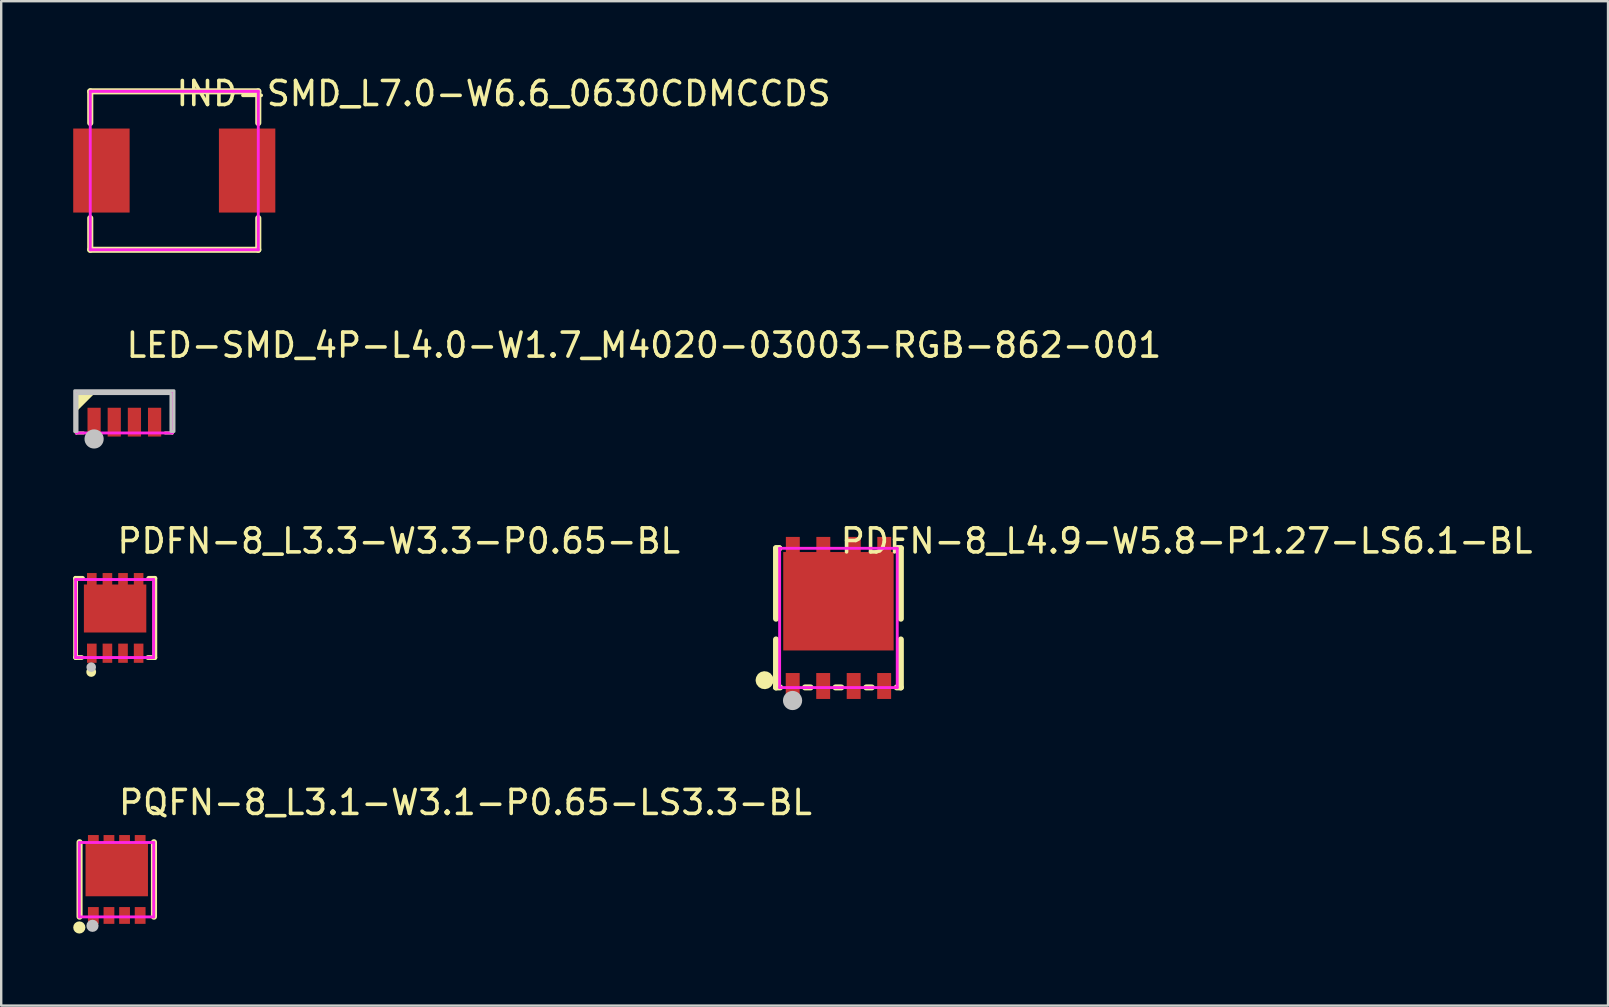
<source format=kicad_pcb>
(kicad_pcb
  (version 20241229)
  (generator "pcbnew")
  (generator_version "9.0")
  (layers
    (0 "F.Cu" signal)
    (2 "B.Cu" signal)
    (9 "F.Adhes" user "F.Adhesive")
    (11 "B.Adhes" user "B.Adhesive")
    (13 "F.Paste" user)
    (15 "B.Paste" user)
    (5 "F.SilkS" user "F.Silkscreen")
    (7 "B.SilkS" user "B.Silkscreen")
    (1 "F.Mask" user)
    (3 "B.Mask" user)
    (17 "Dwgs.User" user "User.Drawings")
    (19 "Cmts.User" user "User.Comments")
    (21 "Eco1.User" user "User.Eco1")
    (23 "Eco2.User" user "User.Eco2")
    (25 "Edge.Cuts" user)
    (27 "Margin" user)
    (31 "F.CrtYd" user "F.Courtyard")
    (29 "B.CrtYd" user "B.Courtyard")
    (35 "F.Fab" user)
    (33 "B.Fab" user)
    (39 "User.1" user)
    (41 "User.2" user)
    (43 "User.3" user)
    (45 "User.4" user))
  (footprint "PDFN-8_L4.9-W5.8-P1.27-LS6.1-BL"
    (layer "F.Cu")
    (at 31.881 22.693)
    (property "Reference" "PDFN-8_L4.9-W5.8-P1.27-LS6.1-BL" (at 0 -3.207 0) (layer "F.SilkS") (effects (font (size 1 1) (thickness 0.15)) (justify left)))
    (attr through_hole)
    (fp_line (start -2.602 -2.905) (end -2.465 -2.905) (stroke (width 0.25) (type solid)) (layer "F.SilkS"))
    (fp_line (start -2.602 0.032) (end -2.602 -2.905) (stroke (width 0.25) (type solid)) (layer "F.SilkS"))
    (fp_line (start -2.602 2.895) (end -2.602 0.897) (stroke (width 0.25) (type solid)) (layer "F.SilkS"))
    (fp_line (start -2.602 2.895) (end -2.432 2.895) (stroke (width 0.25) (type solid)) (layer "F.SilkS"))
    (fp_line (start -2.502 -2.905) (end -2.465 -2.905) (stroke (width 0.25) (type solid)) (layer "F.SilkS"))
    (fp_line (start -1.393 2.895) (end -1.162 2.895) (stroke (width 0.25) (type solid)) (layer "F.SilkS"))
    (fp_line (start -0.123 2.895) (end 0.118 2.895) (stroke (width 0.25) (type solid)) (layer "F.SilkS"))
    (fp_line (start 1.157 2.895) (end 1.388 2.895) (stroke (width 0.25) (type solid)) (layer "F.SilkS"))
    (fp_line (start 2.427 2.895) (end 2.598 2.895) (stroke (width 0.25) (type solid)) (layer "F.SilkS"))
    (fp_line (start 2.46 -2.905) (end 2.498 -2.905) (stroke (width 0.25) (type solid)) (layer "F.SilkS"))
    (fp_line (start 2.461 -2.905) (end 2.598 -2.905) (stroke (width 0.25) (type solid)) (layer "F.SilkS"))
    (fp_line (start 2.598 -2.905) (end 2.598 0.032) (stroke (width 0.25) (type solid)) (layer "F.SilkS"))
    (fp_line (start 2.598 0.897) (end 2.598 2.895) (stroke (width 0.25) (type solid)) (layer "F.SilkS"))
    (fp_arc (start -3.202 2.592) (mid -2.953986 2.594735) (end -3.202015 2.594531) (stroke (width 0.5) (type solid)) (layer "F.SilkS"))
    (fp_poly (pts (xy -2.202 2.29) (xy -1.612 2.29) (xy -1.612 3.38) (xy -2.202 3.38)) (stroke (width 0.12) (type solid)) (fill yes) (layer "F.Paste"))
    (fp_poly (pts (xy -0.932 2.29) (xy -0.342 2.29) (xy -0.342 3.38) (xy -0.932 3.38)) (stroke (width 0.12) (type solid)) (fill yes) (layer "F.Paste"))
    (fp_poly (pts (xy 0.338 2.29) (xy 0.928 2.29) (xy 0.928 3.38) (xy 0.338 3.38)) (stroke (width 0.12) (type solid)) (fill yes) (layer "F.Paste"))
    (fp_poly (pts (xy 1.608 2.29) (xy 2.198 2.29) (xy 2.198 3.38) (xy 1.608 3.38)) (stroke (width 0.12) (type solid)) (fill yes) (layer "F.Paste"))
    (fp_poly (pts (xy -2.192 -3.374) (xy -1.613 -3.374) (xy -1.613 -2.744) (xy -0.923 -2.744) (xy -0.923 -3.374) (xy -0.343 -3.374) (xy -0.343 -2.744) (xy 0.348 -2.744) (xy 0.348 -3.375) (xy 0.928 -3.375) (xy 0.928 -2.745) (xy 1.618 -2.745) (xy 1.618 -3.374) (xy 1.619 -3.375) (xy 2.197 -3.375) (xy 2.197 -2.745) (xy 2.297 -2.745) (xy 2.297 1.355) (xy -2.302 1.355) (xy -2.302 -2.745) (xy -2.193 -2.745)) (stroke (width 0.12) (type solid)) (fill yes) (layer "F.Paste"))
    (fp_circle (center -1.913 3.44) (end -1.713 3.44) (stroke (width 0.4) (type solid)) (fill no) (layer "Dwgs.User"))
    (fp_circle (center -2.453 3.06) (end -2.423 3.06) (stroke (width 0.06) (type solid)) (fill no) (layer "Eco2.User"))
    (fp_poly (pts (xy -2.177 -2.361) (xy 2.173 -2.361) (xy 2.173 1.305) (xy -2.177 1.305)) (stroke (width 0.12) (type solid)) (fill no) (layer "Eco2.User"))
    (fp_poly (pts (xy -2.102 -3.035) (xy -1.702 -3.035) (xy -1.702 -2.355) (xy -2.102 -2.355)) (stroke (width 0.12) (type solid)) (fill no) (layer "Eco2.User"))
    (fp_poly (pts (xy -1.707 3.06) (xy -2.107 3.06) (xy -2.107 2.51) (xy -1.707 2.51)) (stroke (width 0.12) (type solid)) (fill no) (layer "Eco2.User"))
    (fp_poly (pts (xy -0.832 -3.035) (xy -0.432 -3.035) (xy -0.432 -2.355) (xy -0.832 -2.355)) (stroke (width 0.12) (type solid)) (fill no) (layer "Eco2.User"))
    (fp_poly (pts (xy -0.437 3.06) (xy -0.837 3.06) (xy -0.837 2.51) (xy -0.437 2.51)) (stroke (width 0.12) (type solid)) (fill no) (layer "Eco2.User"))
    (fp_poly (pts (xy 0.438 -3.035) (xy 0.838 -3.035) (xy 0.838 -2.355) (xy 0.438 -2.355)) (stroke (width 0.12) (type solid)) (fill no) (layer "Eco2.User"))
    (fp_poly (pts (xy 0.833 3.06) (xy 0.433 3.06) (xy 0.433 2.51) (xy 0.833 2.51)) (stroke (width 0.12) (type solid)) (fill no) (layer "Eco2.User"))
    (fp_poly (pts (xy 1.707 -3.035) (xy 2.107 -3.035) (xy 2.107 -2.355) (xy 1.707 -2.355)) (stroke (width 0.12) (type solid)) (fill no) (layer "Eco2.User"))
    (fp_poly (pts (xy 2.103 3.06) (xy 1.703 3.06) (xy 1.703 2.51) (xy 2.103 2.51)) (stroke (width 0.12) (type solid)) (fill no) (layer "Eco2.User"))
    (fp_line (start -2.452 -2.9) (end 2.448 -2.9) (stroke (width 0.12) (type solid)) (layer "F.CrtYd"))
    (fp_line (start -2.452 2.9) (end -2.452 -2.9) (stroke (width 0.12) (type solid)) (layer "F.CrtYd"))
    (fp_line (start 2.448 -2.9) (end 2.448 2.9) (stroke (width 0.12) (type solid)) (layer "F.CrtYd"))
    (fp_line (start 2.448 2.9) (end -2.452 2.9) (stroke (width 0.12) (type solid)) (layer "F.CrtYd"))
    (pad "1" smd rect (at -1.907 2.835 180) (size 0.58 1.08) (layers "F.Cu" "F.Mask" "F.Paste"))
    (pad "2" smd rect (at -0.637 2.835 180) (size 0.58 1.08) (layers "F.Cu" "F.Mask" "F.Paste"))
    (pad "3" smd rect (at 0.633 2.835 180) (size 0.58 1.08) (layers "F.Cu" "F.Mask" "F.Paste"))
    (pad "4" smd rect (at 1.903 2.835 180) (size 0.58 1.08) (layers "F.Cu" "F.Mask" "F.Paste"))
    (pad "5" smd rect (at 1.907 -2.835) (size 0.58 1.08) (layers "F.Cu" "F.Mask" "F.Paste"))
    (pad "6" smd rect (at 0.638 -2.835) (size 0.58 1.08) (layers "F.Cu" "F.Mask" "F.Paste"))
    (pad "7" smd rect (at -0.632 -2.835) (size 0.58 1.08) (layers "F.Cu" "F.Mask" "F.Paste"))
    (pad "8" smd rect (at -1.902 -2.835) (size 0.58 1.08) (layers "F.Cu" "F.Mask" "F.Paste"))
    (pad "9" smd rect (at -0.002 -0.695) (size 4.6 4.1) (layers "F.Cu" "F.Mask" "F.Paste")))
  (footprint "IND-SMD_L7.0-W6.6_0630CDMCCDS"
    (layer "F.Cu")
    (at 4.21 4.055)
    (property "Reference" "IND-SMD_L7.0-W6.6_0630CDMCCDS" (at 0 -3.207 0) (layer "F.SilkS") (effects (font (size 1 1) (thickness 0.15)) (justify left)))
    (attr through_hole)
    (fp_line (start -3.5 -3.3) (end -3.5 -1.981) (stroke (width 0.254) (type solid)) (layer "F.SilkS"))
    (fp_line (start -3.5 -3.3) (end 3.5 -3.3) (stroke (width 0.254) (type solid)) (layer "F.SilkS"))
    (fp_line (start -3.5 1.981) (end -3.5 3.3) (stroke (width 0.254) (type solid)) (layer "F.SilkS"))
    (fp_line (start -3.5 3.3) (end 3.5 3.3) (stroke (width 0.254) (type solid)) (layer "F.SilkS"))
    (fp_line (start 3.5 -1.981) (end 3.5 -3.3) (stroke (width 0.254) (type solid)) (layer "F.SilkS"))
    (fp_line (start 3.5 3.3) (end 3.5 1.981) (stroke (width 0.254) (type solid)) (layer "F.SilkS"))
    (fp_circle (center -3.5 -3.27) (end -3.47 -3.27) (stroke (width 0.06) (type solid)) (fill no) (layer "Eco2.User"))
    (fp_poly (pts (xy -3.5 -1.5) (xy -1.9 -1.5) (xy -1.9 1.5) (xy -3.5 1.5)) (stroke (width 0.12) (type solid)) (fill no) (layer "Eco2.User"))
    (fp_poly (pts (xy 1.9 -1.5) (xy 3.5 -1.5) (xy 3.5 1.5) (xy 1.9 1.5)) (stroke (width 0.12) (type solid)) (fill no) (layer "Eco2.User"))
    (fp_line (start -3.5 -3.3) (end 3.5 -3.3) (stroke (width 0.12) (type solid)) (layer "F.CrtYd"))
    (fp_line (start -3.5 3.3) (end -3.5 -3.3) (stroke (width 0.12) (type solid)) (layer "F.CrtYd"))
    (fp_line (start 3.5 -3.3) (end 3.5 3.3) (stroke (width 0.12) (type solid)) (layer "F.CrtYd"))
    (fp_line (start 3.5 3.3) (end -3.5 3.3) (stroke (width 0.12) (type solid)) (layer "F.CrtYd"))
    (pad "1" smd rect (at -3.035 0) (size 2.35 3.5) (layers "F.Cu" "F.Mask" "F.Paste"))
    (pad "2" smd rect (at 3.035 0) (size 2.35 3.5) (layers "F.Cu" "F.Mask" "F.Paste")))
  (footprint "PQFN-8_L3.1-W3.1-P0.65-LS3.3-BL"
    (layer "F.Cu")
    (at 1.814 33.588)
    (property "Reference" "PQFN-8_L3.1-W3.1-P0.65-LS3.3-BL" (at 0 -3.207 0) (layer "F.SilkS") (effects (font (size 1 1) (thickness 0.15)) (justify left)))
    (attr through_hole)
    (fp_line (start -1.55 1.55) (end -1.55 -1.55) (stroke (width 0.254) (type solid)) (layer "F.SilkS"))
    (fp_line (start 1.55 -1.55) (end 1.55 1.55) (stroke (width 0.254) (type solid)) (layer "F.SilkS"))
    (fp_circle (center -1.56 2) (end -1.433 2) (stroke (width 0.254) (type solid)) (fill no) (layer "F.SilkS"))
    (fp_poly (pts (xy -1.2 1.15) (xy -1.2 1.85) (xy -0.75 1.85) (xy -0.75 1.15)) (stroke (width 0.12) (type solid)) (fill yes) (layer "F.Paste"))
    (fp_poly (pts (xy -0.1 1.85) (xy -0.1 1.15) (xy -0.55 1.15) (xy -0.55 1.85)) (stroke (width 0.12) (type solid)) (fill yes) (layer "F.Paste"))
    (fp_poly (pts (xy 0.55 1.85) (xy 0.55 1.15) (xy 0.1 1.15) (xy 0.1 1.85)) (stroke (width 0.12) (type solid)) (fill yes) (layer "F.Paste"))
    (fp_poly (pts (xy 1.2 1.85) (xy 1.2 1.15) (xy 0.75 1.15) (xy 0.75 1.85)) (stroke (width 0.12) (type solid)) (fill yes) (layer "F.Paste"))
    (fp_poly (pts (xy 0.75 -1.85) (xy 0.75 -1.5) (xy 0.55 -1.5) (xy 0.55 -1.85) (xy 0.1 -1.85) (xy 0.1 -1.5) (xy -0.1 -1.5) (xy -0.1 -1.85) (xy -0.55 -1.85) (xy -0.55 -1.5) (xy -0.75 -1.5) (xy -0.75 -1.85) (xy -1.2 -1.85) (xy -1.2 -1.5) (xy -1.3 -1.5) (xy -1.3 0.7) (xy 1.3 0.7) (xy 1.3 -1.5) (xy 1.2 -1.5) (xy 1.2 -1.85)) (stroke (width 0.12) (type solid)) (fill yes) (layer "F.Paste"))
    (fp_circle (center -1.011 1.931) (end -0.884 1.931) (stroke (width 0.254) (type solid)) (fill no) (layer "Dwgs.User"))
    (fp_circle (center -1.56 1.625) (end -1.53 1.625) (stroke (width 0.06) (type solid)) (fill no) (layer "Eco2.User"))
    (fp_poly (pts (xy -1.3 0.7) (xy -1.3 -1.5) (xy 1.3 -1.5) (xy 1.3 0.7)) (stroke (width 0.12) (type solid)) (fill no) (layer "Eco2.User"))
    (fp_poly (pts (xy -1.15 -1.375) (xy -1.15 -1.625) (xy -0.83 -1.625) (xy -0.83 -1.375)) (stroke (width 0.12) (type solid)) (fill no) (layer "Eco2.User"))
    (fp_poly (pts (xy -1.135 1.625) (xy -1.135 1.375) (xy -0.815 1.375) (xy -0.815 1.625)) (stroke (width 0.12) (type solid)) (fill no) (layer "Eco2.User"))
    (fp_poly (pts (xy -0.49 -1.375) (xy -0.49 -1.625) (xy -0.17 -1.625) (xy -0.17 -1.375)) (stroke (width 0.12) (type solid)) (fill no) (layer "Eco2.User"))
    (fp_poly (pts (xy -0.485 1.625) (xy -0.485 1.375) (xy -0.165 1.375) (xy -0.165 1.625)) (stroke (width 0.12) (type solid)) (fill no) (layer "Eco2.User"))
    (fp_poly (pts (xy 0.165 1.625) (xy 0.165 1.375) (xy 0.485 1.375) (xy 0.485 1.625)) (stroke (width 0.12) (type solid)) (fill no) (layer "Eco2.User"))
    (fp_poly (pts (xy 0.17 -1.375) (xy 0.17 -1.625) (xy 0.49 -1.625) (xy 0.49 -1.375)) (stroke (width 0.12) (type solid)) (fill no) (layer "Eco2.User"))
    (fp_poly (pts (xy 0.816 1.625) (xy 0.816 1.375) (xy 1.136 1.375) (xy 1.136 1.625)) (stroke (width 0.12) (type solid)) (fill no) (layer "Eco2.User"))
    (fp_poly (pts (xy 0.83 -1.375) (xy 0.83 -1.625) (xy 1.15 -1.625) (xy 1.15 -1.375)) (stroke (width 0.12) (type solid)) (fill no) (layer "Eco2.User"))
    (fp_line (start -1.56 -1.54) (end 1.54 -1.54) (stroke (width 0.12) (type solid)) (layer "F.CrtYd"))
    (fp_line (start -1.56 1.56) (end -1.56 -1.54) (stroke (width 0.12) (type solid)) (layer "F.CrtYd"))
    (fp_line (start 1.54 -1.54) (end 1.54 1.56) (stroke (width 0.12) (type solid)) (layer "F.CrtYd"))
    (fp_line (start 1.54 1.56) (end -1.56 1.56) (stroke (width 0.12) (type solid)) (layer "F.CrtYd"))
    (pad "1" smd rect (at -0.975 1.5) (size 0.45 0.7) (layers "F.Cu" "F.Mask" "F.Paste"))
    (pad "2" smd rect (at -0.325 1.5) (size 0.45 0.7) (layers "F.Cu" "F.Mask" "F.Paste"))
    (pad "3" smd rect (at 0.325 1.5) (size 0.45 0.7) (layers "F.Cu" "F.Mask" "F.Paste"))
    (pad "4" smd rect (at 0.975 1.5) (size 0.45 0.7) (layers "F.Cu" "F.Mask" "F.Paste"))
    (pad "5" smd rect (at 0.975 -1.5) (size 0.45 0.7) (layers "F.Cu" "F.Mask" "F.Paste"))
    (pad "6" smd rect (at 0.325 -1.5) (size 0.45 0.7) (layers "F.Cu" "F.Mask" "F.Paste"))
    (pad "7" smd rect (at -0.325 -1.5) (size 0.45 0.7) (layers "F.Cu" "F.Mask" "F.Paste"))
    (pad "8" smd rect (at -0.975 -1.5) (size 0.45 0.7) (layers "F.Cu" "F.Mask" "F.Paste"))
    (pad "8" smd rect (at 0 -0.4 90) (size 2.2 2.6) (layers "F.Cu" "F.Mask" "F.Paste")))
  (footprint "PDFN-8_L3.3-W3.3-P0.65-BL"
    (layer "F.Cu")
    (at 1.75 22.693)
    (property "Reference" "PDFN-8_L3.3-W3.3-P0.65-BL" (at 0 -3.207 0) (layer "F.SilkS") (effects (font (size 1 1) (thickness 0.15)) (justify left)))
    (attr through_hole)
    (fp_line (start -1.65 -1.65) (end -1.65 1.65) (stroke (width 0.2) (type solid)) (layer "F.SilkS"))
    (fp_line (start -1.396 1.65) (end -1.65 1.65) (stroke (width 0.2) (type solid)) (layer "F.SilkS"))
    (fp_line (start -1.363 -1.65) (end -1.65 -1.65) (stroke (width 0.2) (type solid)) (layer "F.SilkS"))
    (fp_line (start 1.65 -1.65) (end 1.396 -1.65) (stroke (width 0.2) (type solid)) (layer "F.SilkS"))
    (fp_line (start 1.65 -1.65) (end 1.65 1.65) (stroke (width 0.2) (type solid)) (layer "F.SilkS"))
    (fp_line (start 1.65 1.65) (end 1.362 1.65) (stroke (width 0.2) (type solid)) (layer "F.SilkS"))
    (fp_circle (center -1 2.25) (end -0.895 2.25) (stroke (width 0.2) (type solid)) (fill no) (layer "F.SilkS"))
    (fp_poly (pts (xy -0.774 1.87) (xy -0.774 1.07) (xy -1.174 1.07) (xy -1.174 1.87)) (stroke (width 0.12) (type solid)) (fill yes) (layer "F.Paste"))
    (fp_poly (pts (xy -0.124 1.87) (xy -0.124 1.07) (xy -0.524 1.07) (xy -0.524 1.87)) (stroke (width 0.12) (type solid)) (fill yes) (layer "F.Paste"))
    (fp_poly (pts (xy 0.526 1.87) (xy 0.526 1.07) (xy 0.126 1.07) (xy 0.126 1.87)) (stroke (width 0.12) (type solid)) (fill yes) (layer "F.Paste"))
    (fp_poly (pts (xy 0.776 1.07) (xy 0.776 1.87) (xy 1.176 1.87) (xy 1.176 1.07)) (stroke (width 0.12) (type solid)) (fill yes) (layer "F.Paste"))
    (fp_poly (pts (xy -0.124 -1.393) (xy -0.124 -1.87) (xy -0.524 -1.87) (xy -0.524 -1.393) (xy -0.774 -1.393) (xy -0.774 -1.87) (xy -1.174 -1.87) (xy -1.174 -1.393) (xy -1.304 -1.393) (xy -1.304 0.607) (xy 1.296 0.607) (xy 1.296 -1.393) (xy 1.176 -1.393) (xy 1.176 -1.87) (xy 0.776 -1.87) (xy 0.776 -1.393) (xy 0.526 -1.393) (xy 0.526 -1.87) (xy 0.126 -1.87) (xy 0.126 -1.393)) (stroke (width 0.12) (type solid)) (fill yes) (layer "F.Paste"))
    (fp_circle (center -1 2.05) (end -0.9 2.05) (stroke (width 0.2) (type solid)) (fill no) (layer "Dwgs.User"))
    (fp_circle (center -1.65 1.65) (end -1.62 1.65) (stroke (width 0.06) (type solid)) (fill no) (layer "Eco2.User"))
    (fp_poly (pts (xy -1.305 -1.393) (xy 1.295 -1.393) (xy 1.295 0.607) (xy -1.305 0.607)) (stroke (width 0.12) (type solid)) (fill no) (layer "Eco2.User"))
    (fp_poly (pts (xy -0.825 -1.295) (xy -1.125 -1.295) (xy -1.125 -1.645) (xy -0.825 -1.645)) (stroke (width 0.12) (type solid)) (fill no) (layer "Eco2.User"))
    (fp_poly (pts (xy -0.825 1.645) (xy -1.125 1.645) (xy -1.125 1.295) (xy -0.825 1.295)) (stroke (width 0.12) (type solid)) (fill no) (layer "Eco2.User"))
    (fp_poly (pts (xy -0.175 -1.295) (xy -0.475 -1.295) (xy -0.475 -1.645) (xy -0.175 -1.645)) (stroke (width 0.12) (type solid)) (fill no) (layer "Eco2.User"))
    (fp_poly (pts (xy -0.175 1.645) (xy -0.475 1.645) (xy -0.475 1.295) (xy -0.175 1.295)) (stroke (width 0.12) (type solid)) (fill no) (layer "Eco2.User"))
    (fp_poly (pts (xy 0.475 -1.295) (xy 0.175 -1.295) (xy 0.175 -1.645) (xy 0.475 -1.645)) (stroke (width 0.12) (type solid)) (fill no) (layer "Eco2.User"))
    (fp_poly (pts (xy 0.475 1.645) (xy 0.175 1.645) (xy 0.175 1.295) (xy 0.475 1.295)) (stroke (width 0.12) (type solid)) (fill no) (layer "Eco2.User"))
    (fp_poly (pts (xy 1.125 -1.295) (xy 0.825 -1.295) (xy 0.825 -1.645) (xy 1.125 -1.645)) (stroke (width 0.12) (type solid)) (fill no) (layer "Eco2.User"))
    (fp_poly (pts (xy 1.125 1.645) (xy 0.825 1.645) (xy 0.825 1.295) (xy 1.125 1.295)) (stroke (width 0.12) (type solid)) (fill no) (layer "Eco2.User"))
    (fp_line (start -1.65 -1.6) (end 1.6 -1.6) (stroke (width 0.12) (type solid)) (layer "F.CrtYd"))
    (fp_line (start -1.65 1.65) (end -1.65 -1.6) (stroke (width 0.12) (type solid)) (layer "F.CrtYd"))
    (fp_line (start 1.6 -1.6) (end 1.6 1.65) (stroke (width 0.12) (type solid)) (layer "F.CrtYd"))
    (fp_line (start 1.6 1.65) (end -1.65 1.65) (stroke (width 0.12) (type solid)) (layer "F.CrtYd"))
    (pad "1" smd rect (at -0.975 1.47 180) (size 0.4 0.8) (layers "F.Cu" "F.Mask" "F.Paste"))
    (pad "2" smd rect (at -0.325 1.47 180) (size 0.4 0.8) (layers "F.Cu" "F.Mask" "F.Paste"))
    (pad "3" smd rect (at 0.325 1.47 180) (size 0.4 0.8) (layers "F.Cu" "F.Mask" "F.Paste"))
    (pad "4" smd rect (at 0.975 1.47 180) (size 0.4 0.8) (layers "F.Cu" "F.Mask" "F.Paste"))
    (pad "5" smd rect (at 0.975 -1.47 180) (size 0.4 0.8) (layers "F.Cu" "F.Mask" "F.Paste"))
    (pad "6" smd rect (at 0.325 -1.47 180) (size 0.4 0.8) (layers "F.Cu" "F.Mask" "F.Paste"))
    (pad "7" smd rect (at -0.325 -1.47 180) (size 0.4 0.8) (layers "F.Cu" "F.Mask" "F.Paste"))
    (pad "8" smd rect (at -0.975 -1.47 180) (size 0.4 0.8) (layers "F.Cu" "F.Mask" "F.Paste"))
    (pad "9" smd rect (at -0.005 -0.393) (size 2.6 2) (layers "F.Cu" "F.Mask" "F.Paste")))
  (footprint "LED-SMD_4P-L4.0-W1.7_M4020-03003-RGB-862-001"
    (layer "F.Cu")
    (at 2.13 14.537)
    (property "Reference" "LED-SMD_4P-L4.0-W1.7_M4020-03003-RGB-862-001" (at 0 -3.207 0) (layer "F.SilkS") (effects (font (size 1 1) (thickness 0.15)) (justify left)))
    (attr through_hole)
    (fp_line (start -2 -1.25) (end -2 0.45) (stroke (width 0.127) (type solid)) (layer "F.SilkS"))
    (fp_line (start -2 0.45) (end -1.703 0.45) (stroke (width 0.127) (type solid)) (layer "F.SilkS"))
    (fp_line (start 1.703 0.45) (end 2 0.45) (stroke (width 0.127) (type solid)) (layer "F.SilkS"))
    (fp_line (start 2 -1.25) (end -2 -1.25) (stroke (width 0.127) (type solid)) (layer "F.SilkS"))
    (fp_line (start 2 0.45) (end 2 -1.25) (stroke (width 0.127) (type solid)) (layer "F.SilkS"))
    (fp_poly (pts (xy -1.27 -1.26) (xy -2.02 -0.51) (xy -2.02 -1.26)) (stroke (width 0.12) (type solid)) (fill yes) (layer "F.SilkS"))
    (fp_poly (pts (xy -1.27 -1.26) (xy -2.02 -0.51) (xy -2.02 -1.26)) (stroke (width 0.12) (type solid)) (fill yes) (layer "F.SilkS"))
    (fp_circle (center -1.26 0.7) (end -1.06 0.7) (stroke (width 0.4) (type solid)) (fill no) (layer "Dwgs.User"))
    (fp_poly (pts (xy 1.94 -1.19) (xy 1.94 0.39) (xy 2.07 0.39) (xy 2.07 -1.31) (xy -2.07 -1.31) (xy -2.07 0.39) (xy -1.98 0.39) (xy -1.97 0.39) (xy -1.97 0.38) (xy -1.97 -1.19) (xy 1.94 -1.19)) (stroke (width 0.12) (type solid)) (fill no) (layer "Dwgs.User"))
    (fp_circle (center 2 -1.25) (end 2.03 -1.25) (stroke (width 0.06) (type solid)) (fill no) (layer "Eco2.User"))
    (fp_poly (pts (xy -1.06 -0.45) (xy -1.46 -0.45) (xy -1.46 0.45) (xy -1.06 0.45)) (stroke (width 0.12) (type solid)) (fill no) (layer "Eco2.User"))
    (fp_poly (pts (xy -0.22 -0.45) (xy -0.62 -0.45) (xy -0.62 0.45) (xy -0.22 0.45)) (stroke (width 0.12) (type solid)) (fill no) (layer "Eco2.User"))
    (fp_poly (pts (xy 0.62 -0.45) (xy 0.22 -0.45) (xy 0.22 0.45) (xy 0.62 0.45)) (stroke (width 0.12) (type solid)) (fill no) (layer "Eco2.User"))
    (fp_poly (pts (xy 1.46 -0.45) (xy 1.06 -0.45) (xy 1.06 0.45) (xy 1.46 0.45)) (stroke (width 0.12) (type solid)) (fill no) (layer "Eco2.User"))
    (fp_line (start -2 -1.25) (end -2 0.45) (stroke (width 0.12) (type solid)) (layer "F.CrtYd"))
    (fp_line (start -2 0.45) (end 2 0.45) (stroke (width 0.12) (type solid)) (layer "F.CrtYd"))
    (fp_line (start 2 -1.25) (end -2 -1.25) (stroke (width 0.12) (type solid)) (layer "F.CrtYd"))
    (fp_line (start 2 0.45) (end 2 -1.25) (stroke (width 0.12) (type solid)) (layer "F.CrtYd"))
    (pad "1" smd rect (at -1.26 0) (size 0.55 1.2) (layers "F.Cu" "F.Mask" "F.Paste"))
    (pad "2" smd rect (at -0.42 0) (size 0.55 1.2) (layers "F.Cu" "F.Mask" "F.Paste"))
    (pad "3" smd rect (at 0.42 0) (size 0.55 1.2) (layers "F.Cu" "F.Mask" "F.Paste"))
    (pad "4" smd rect (at 1.26 0) (size 0.55 1.2) (layers "F.Cu" "F.Mask" "F.Paste")))
  (gr_rect
    (start -3 -3)
    (end 63.94 38.842)
    (stroke (width 0.1) (type default))
    (fill no)
    (layer "Edge.Cuts")))
</source>
